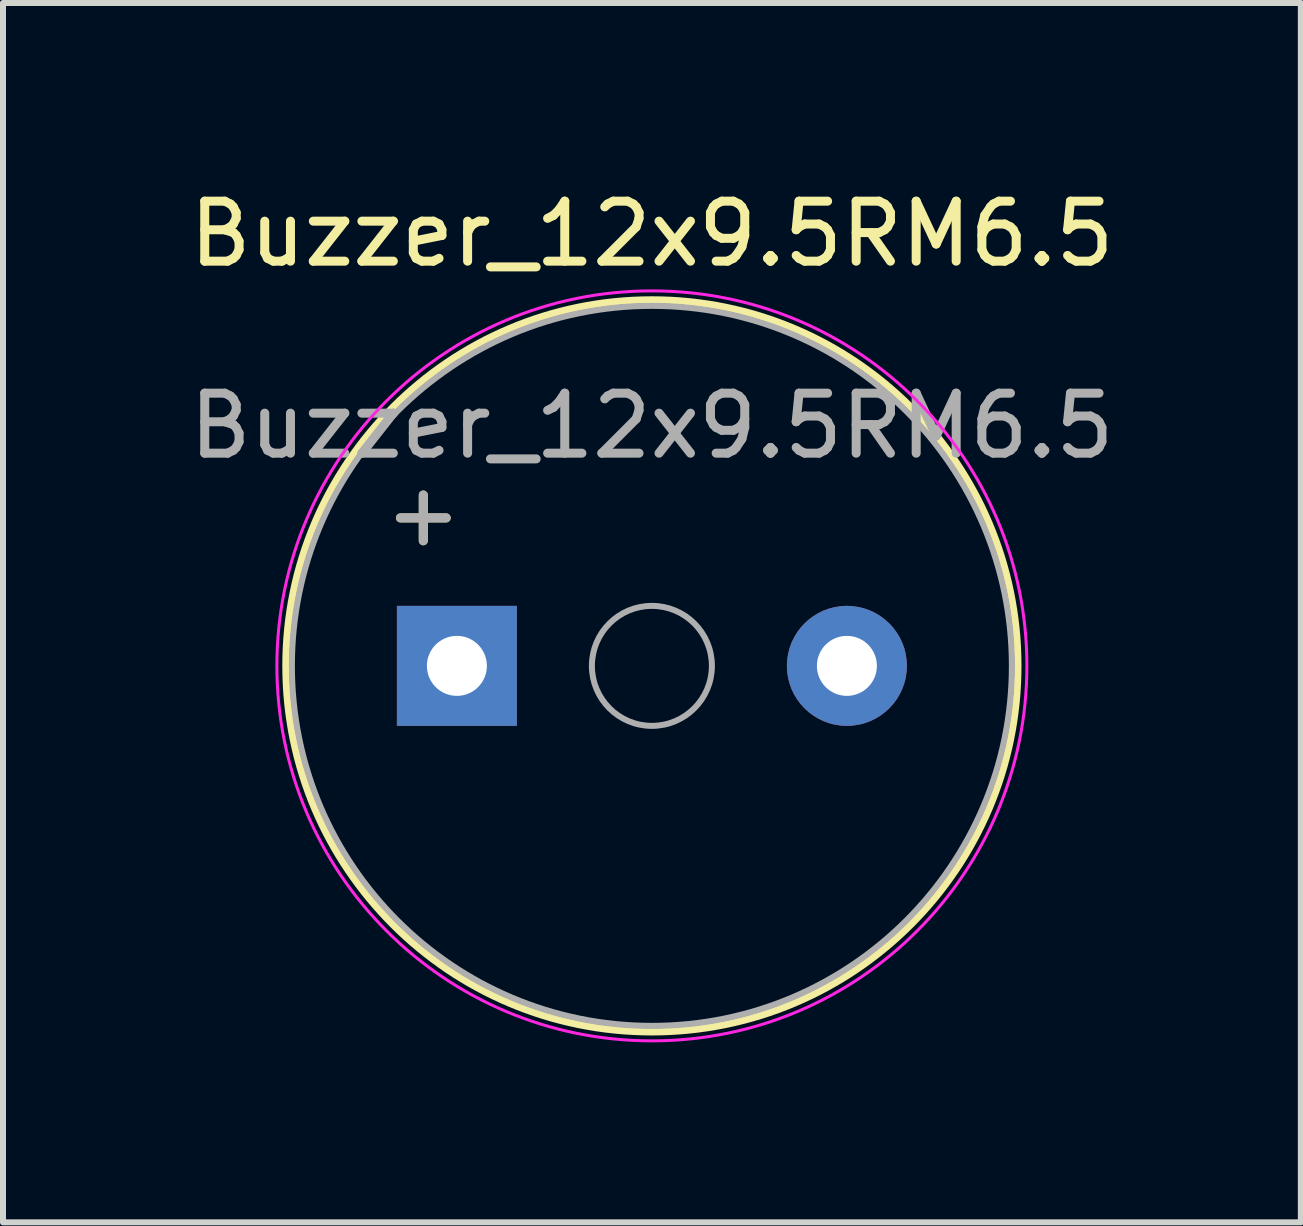
<source format=kicad_pcb>
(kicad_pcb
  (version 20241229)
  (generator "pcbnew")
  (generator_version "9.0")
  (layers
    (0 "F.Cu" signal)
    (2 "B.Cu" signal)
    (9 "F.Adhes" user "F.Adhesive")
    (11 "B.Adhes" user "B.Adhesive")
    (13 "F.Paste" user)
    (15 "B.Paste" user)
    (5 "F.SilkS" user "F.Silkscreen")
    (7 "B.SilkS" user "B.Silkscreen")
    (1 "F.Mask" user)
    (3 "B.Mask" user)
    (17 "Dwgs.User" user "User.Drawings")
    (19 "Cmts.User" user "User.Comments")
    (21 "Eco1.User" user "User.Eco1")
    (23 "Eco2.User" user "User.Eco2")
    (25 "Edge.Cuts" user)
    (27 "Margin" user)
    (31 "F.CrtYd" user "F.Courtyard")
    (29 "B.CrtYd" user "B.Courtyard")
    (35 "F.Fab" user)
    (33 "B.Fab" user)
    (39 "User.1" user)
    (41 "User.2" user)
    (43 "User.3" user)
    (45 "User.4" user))
  (footprint "Buzzer_12x9.5RM6.5"
    (layer "F.Cu")
    (at 4.015 8.048)
    (property "Reference" "Buzzer_12x9.5RM6.5" (at 3.8 -7.2 0) (layer "F.SilkS") (effects (font (size 1 1) (thickness 0.15))))
    (attr through_hole)
    (fp_circle (center 3.8 0) (end 9.9 0) (stroke (width 0.12) (type solid)) (fill no) (layer "F.SilkS"))
    (fp_circle (center 3.8 0) (end 10.05 0) (stroke (width 0.05) (type solid)) (fill no) (layer "F.CrtYd"))
    (fp_circle (center 3.8 0) (end 4.8 0) (stroke (width 0.1) (type solid)) (fill no) (layer "F.Fab"))
    (fp_circle (center 3.8 0) (end 9.8 0) (stroke (width 0.1) (type solid)) (fill no) (layer "F.Fab"))
    (fp_text user "+" (at -0.01 -2.54 0) (layer "F.SilkS") (effects (font (size 1 1) (thickness 0.15))))
    (fp_text user "${REFERENCE}" (at 3.8 -4 0) (layer "F.Fab") (effects (font (size 1 1) (thickness 0.15))))
    (fp_text user "+" (at -0.01 -2.54 0) (layer "F.Fab") (effects (font (size 1 1) (thickness 0.15))))
    (pad "1" thru_hole rect (at 0.55 0) (size 2 2) (drill 1) (layers "*.Cu" "*.Mask"))
    (pad "2" thru_hole circle (at 7.05 0) (size 2 2) (drill 1) (layers "*.Cu" "*.Mask")))
  (gr_rect
    (start -3 -3)
    (end 18.631 17.323)
    (stroke (width 0.1) (type default))
    (fill no)
    (layer "Edge.Cuts")))
</source>
